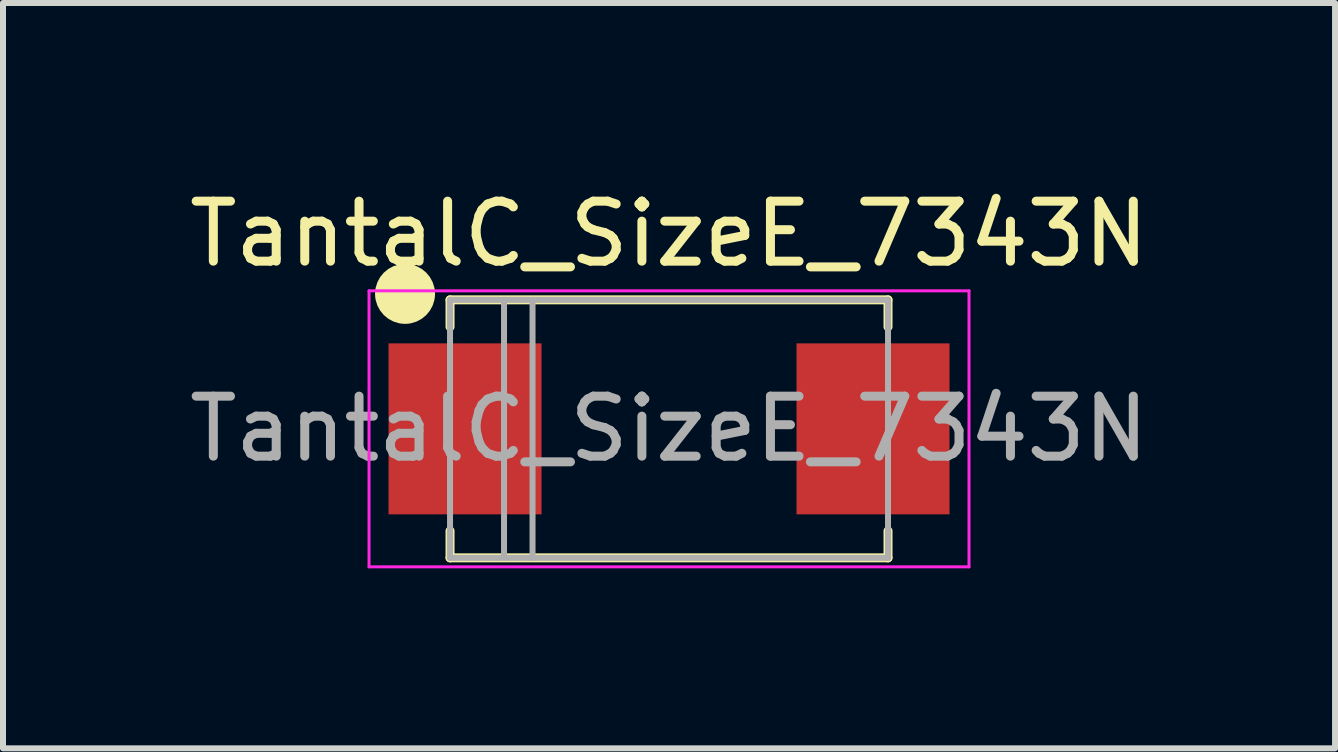
<source format=kicad_pcb>
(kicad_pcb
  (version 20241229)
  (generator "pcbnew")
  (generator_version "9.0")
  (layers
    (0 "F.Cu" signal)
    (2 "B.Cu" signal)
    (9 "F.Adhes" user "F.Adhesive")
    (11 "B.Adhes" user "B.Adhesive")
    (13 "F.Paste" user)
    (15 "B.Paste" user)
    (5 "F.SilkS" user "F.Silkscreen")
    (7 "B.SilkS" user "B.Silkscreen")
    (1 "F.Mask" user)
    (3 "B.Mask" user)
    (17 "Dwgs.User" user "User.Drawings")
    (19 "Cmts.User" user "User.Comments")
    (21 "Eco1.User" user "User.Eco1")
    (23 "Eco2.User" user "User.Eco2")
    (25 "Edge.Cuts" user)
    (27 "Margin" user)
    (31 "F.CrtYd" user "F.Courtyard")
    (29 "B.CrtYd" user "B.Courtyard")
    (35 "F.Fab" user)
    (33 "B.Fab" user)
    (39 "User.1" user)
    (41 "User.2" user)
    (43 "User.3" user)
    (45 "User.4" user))
  (footprint "TantalC_SizeE_7343N"
    (layer "F.Cu")
    (at 8.101 4.098)
    (property "Reference" "TantalC_SizeE_7343N" (at 0 -3.25 0) (layer "F.SilkS") (effects (font (size 1 1) (thickness 0.15))))
    (attr smd)
    (fp_line (start -3.65 -2.15) (end -3.65 -1.7) (stroke (width 0.15) (type solid)) (layer "F.SilkS"))
    (fp_line (start -3.65 -2.15) (end 3.65 -2.15) (stroke (width 0.15) (type solid)) (layer "F.SilkS"))
    (fp_line (start -3.65 2.15) (end -3.65 1.7) (stroke (width 0.15) (type solid)) (layer "F.SilkS"))
    (fp_line (start 3.65 -2.15) (end 3.65 -1.7) (stroke (width 0.15) (type solid)) (layer "F.SilkS"))
    (fp_line (start 3.65 2.15) (end -3.65 2.15) (stroke (width 0.15) (type solid)) (layer "F.SilkS"))
    (fp_line (start 3.65 2.15) (end 3.65 1.7) (stroke (width 0.15) (type solid)) (layer "F.SilkS"))
    (fp_circle (center -4.4 -2.25) (end -4.15 -2.25) (stroke (width 0.5) (type solid)) (fill no) (layer "F.SilkS"))
    (fp_line (start -5 -2.3) (end -5 2.3) (stroke (width 0.05) (type solid)) (layer "F.CrtYd"))
    (fp_line (start -5 -2.3) (end 5 -2.3) (stroke (width 0.05) (type solid)) (layer "F.CrtYd"))
    (fp_line (start -5 2.3) (end 5 2.3) (stroke (width 0.05) (type solid)) (layer "F.CrtYd"))
    (fp_line (start 5 -2.3) (end 5 2.3) (stroke (width 0.05) (type solid)) (layer "F.CrtYd"))
    (fp_line (start -3.65 -2.15) (end 3.65 -2.15) (stroke (width 0.1) (type solid)) (layer "F.Fab"))
    (fp_line (start -3.65 2.15) (end -3.65 -2.15) (stroke (width 0.1) (type solid)) (layer "F.Fab"))
    (fp_line (start -2.75 -2.15) (end -2.75 2.15) (stroke (width 0.1) (type solid)) (layer "F.Fab"))
    (fp_line (start -2.275 -2.15) (end -2.275 2.15) (stroke (width 0.1) (type solid)) (layer "F.Fab"))
    (fp_line (start 3.65 -2.15) (end 3.65 2.15) (stroke (width 0.1) (type solid)) (layer "F.Fab"))
    (fp_line (start 3.65 2.15) (end -3.65 2.15) (stroke (width 0.1) (type solid)) (layer "F.Fab"))
    (fp_text user "${REFERENCE}" (at 0 0 0) (layer "F.Fab") (effects (font (size 1 1) (thickness 0.15))))
    (pad "1" smd rect (at -3.4 0) (size 2.55 2.85) (layers "F.Cu" "F.Mask" "F.Paste"))
    (pad "2" smd rect (at 3.4 0) (size 2.55 2.85) (layers "F.Cu" "F.Mask" "F.Paste")))
  (gr_rect
    (start -3 -3)
    (end 19.202 9.423)
    (stroke (width 0.1) (type default))
    (fill no)
    (layer "Edge.Cuts")))
</source>
